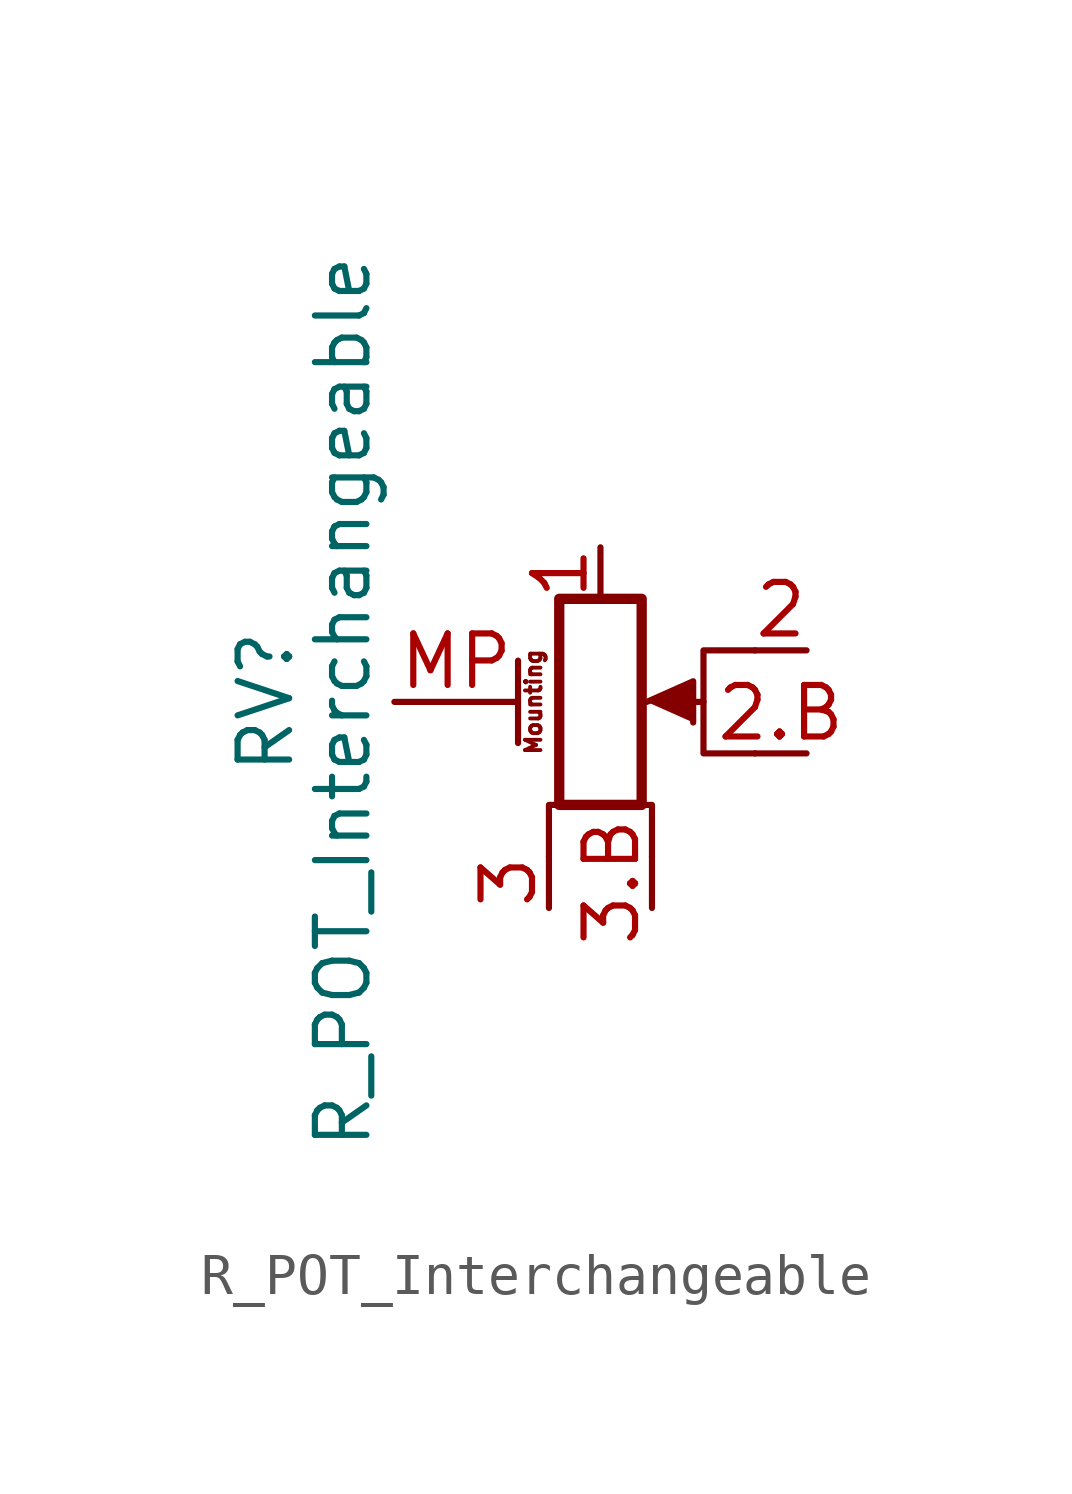
<source format=kicad_sym>
(kicad_symbol_lib
  (version 20220914)
  (generator kicad_symbol_editor)
  (symbol "R_POT_Interchangeable"
    (pin_names
      (offset 1.016) hide)
    (property "Reference" "RV"
      (at -8.255 0 90)
      (effects (font (size 1.27 1.27))))
    (property "Value" "R_POT_Interchangeable"
      (at -6.35 0 90)
      (effects (font (size 1.27 1.27))))
    (symbol "R_POT_Interchangeable_0_1"
      (polyline (pts (xy 2.54 0) (xy 1.524 0)) (stroke (width 0) (type solid)) (fill (type none)))
      (polyline (pts (xy 1.143 0) (xy 2.286 0.508) (xy 2.286 -0.508)) (stroke (width 0) (type solid)) (fill (type outline)))
      (polyline (pts (xy 1.27 -3.81) (xy 1.27 -2.54) (xy -1.27 -2.54) (xy -1.27 -3.81)) (stroke (width 0) (type default)) (fill (type none)))
      (polyline (pts (xy 3.81 1.27) (xy 2.54 1.27) (xy 2.54 0) (xy 2.54 -1.27) (xy 3.81 -1.27)) (stroke (width 0) (type default)) (fill (type none)))
      (rectangle (start 1.016 2.54) (end -1.016 -2.54) (stroke (width 0.254) (type solid)) (fill (type none))))
    (symbol "R_POT_Interchangeable_1_1"
      (polyline (pts (xy -2.032 1.016) (xy -2.032 -1.016)) (stroke (width 0.152) (type solid)) (fill (type none)))
      (text "Mounting" (at -1.651 0 900) (effects (font (size 0.381 0.381))))
      (pin passive line (at 0 3.81 270) (length 1.27) (name "1" (effects (font (size 1.27 1.27)))) (number "1" (effects (font (size 1.27 1.27)))))
      (pin passive line (at 5.08 1.27 180) (length 1.27) (name "2" (effects (font (size 1.27 1.27)))) (number "2" (effects (font (size 1.27 1.27)))))
      (pin passive line (at 5.08 -1.27 180) (length 1.27) (name "2.B" (effects (font (size 1.27 1.27)))) (number "2.B" (effects (font (size 1.27 1.27)))))
      (pin passive line (at -1.27 -5.08 90) (length 1.27) (name "3" (effects (font (size 1.27 1.27)))) (number "3" (effects (font (size 1.27 1.27)))))
      (pin passive line (at 1.27 -5.08 90) (length 1.27) (name "3.B" (effects (font (size 1.27 1.27)))) (number "3.B" (effects (font (size 1.27 1.27)))))
      (pin passive line (at -5.08 0 0) (length 3.048) (name "MountPin" (effects (font (size 1.27 1.27)))) (number "MP" (effects (font (size 1.27 1.27))))))))
</source>
